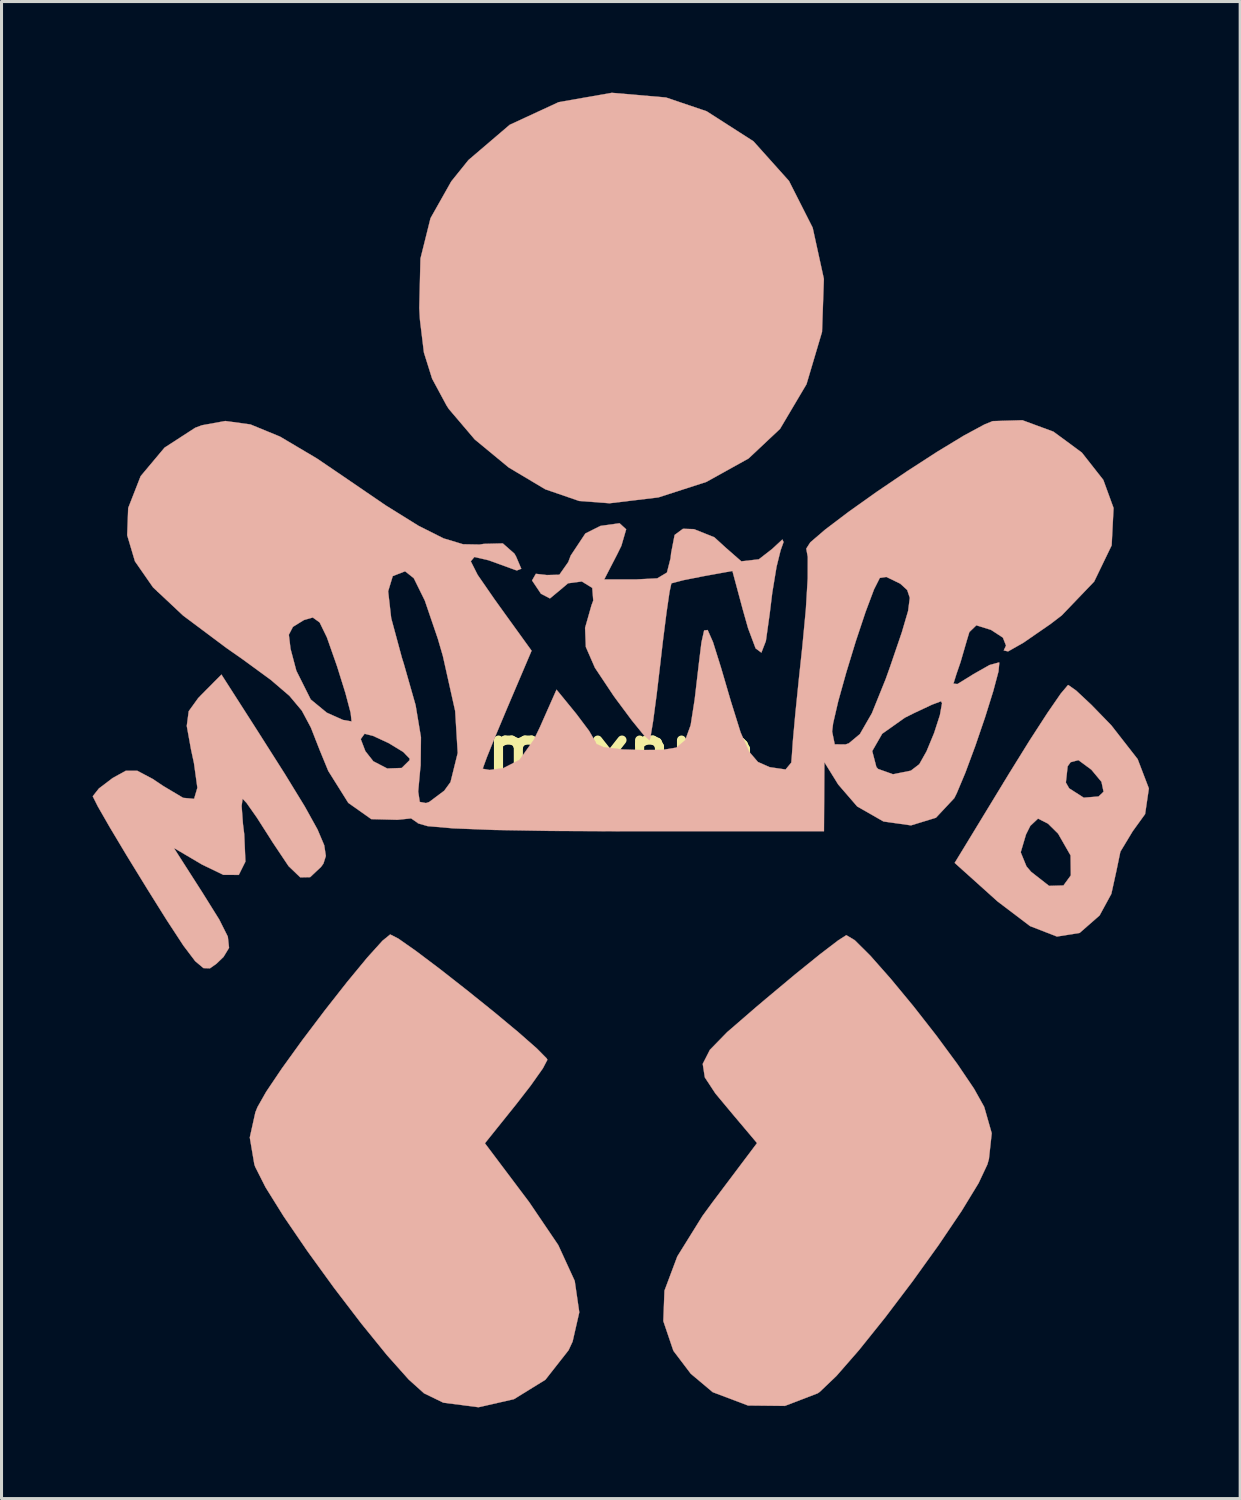
<source format=kicad_pcb>
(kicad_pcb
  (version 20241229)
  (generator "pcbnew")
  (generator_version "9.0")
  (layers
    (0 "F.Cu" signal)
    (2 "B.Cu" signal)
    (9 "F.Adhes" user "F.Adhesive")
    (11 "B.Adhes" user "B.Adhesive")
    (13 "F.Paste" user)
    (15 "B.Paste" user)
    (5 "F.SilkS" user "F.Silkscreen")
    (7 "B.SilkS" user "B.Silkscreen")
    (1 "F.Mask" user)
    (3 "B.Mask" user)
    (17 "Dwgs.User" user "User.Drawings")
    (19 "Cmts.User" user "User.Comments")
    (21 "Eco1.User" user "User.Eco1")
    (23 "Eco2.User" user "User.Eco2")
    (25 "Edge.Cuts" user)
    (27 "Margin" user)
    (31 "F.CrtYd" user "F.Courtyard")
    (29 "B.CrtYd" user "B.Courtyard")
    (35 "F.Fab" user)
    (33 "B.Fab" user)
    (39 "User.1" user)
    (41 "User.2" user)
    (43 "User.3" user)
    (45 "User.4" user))
  (footprint "muxnub"
    (layer "F.Cu")
    (at 17.384 21.634)
    (property "Reference" "muxnub" (at 0 0 0) (layer "F.SilkS") (effects (font (size 1.524 1.524) (thickness 0.3))))
    (attr through_hole)
    (fp_poly (pts (xy 1.485 -21.475) (xy 2.822 -21.022) (xy 4.363 -20.034) (xy 5.533 -18.728) (xy 6.312 -17.19) (xy 6.681 -15.505) (xy 6.62 -13.76) (xy 6.109 -12.039) (xy 5.238 -10.569) (xy 4.202 -9.595) (xy 2.814 -8.824) (xy 1.235 -8.314) (xy -0.373 -8.121) (xy -1.374 -8.197) (xy -2.487 -8.58) (xy -3.691 -9.298) (xy -4.81 -10.222) (xy -5.664 -11.226) (xy -5.736 -11.337) (xy -6.212 -12.221) (xy -6.482 -13.081) (xy -6.613 -14.16) (xy -6.635 -14.546) (xy -6.596 -16.174) (xy -6.265 -17.503) (xy -5.581 -18.715) (xy -5.016 -19.417) (xy -3.658 -20.577) (xy -2.048 -21.322) (xy -0.297 -21.629) (xy 1.485 -21.475)) (stroke (width 0.01) (type solid)) (fill yes) (layer "B.SilkS"))
    (fp_poly (pts (xy -7.324 6.207) (xy -6.749 6.61) (xy -5.966 7.2) (xy -5.076 7.897) (xy -4.178 8.619) (xy -3.373 9.289) (xy -2.762 9.826) (xy -2.443 10.149) (xy -2.419 10.195) (xy -2.567 10.477) (xy -2.965 11.04) (xy -3.441 11.654) (xy -4.475 12.943) (xy -3.016 14.883) (xy -2.061 16.293) (xy -1.519 17.473) (xy -1.369 18.505) (xy -1.589 19.469) (xy -1.722 19.754) (xy -2.485 20.726) (xy -3.52 21.365) (xy -4.686 21.63) (xy -5.844 21.48) (xy -6.48 21.171) (xy -6.984 20.717) (xy -7.697 19.917) (xy -8.542 18.876) (xy -9.442 17.699) (xy -10.319 16.489) (xy -11.095 15.353) (xy -11.693 14.394) (xy -12.035 13.718) (xy -12.063 13.637) (xy -12.213 12.753) (xy -12.029 11.923) (xy -11.959 11.751) (xy -11.674 11.248) (xy -11.159 10.483) (xy -10.491 9.557) (xy -9.747 8.573) (xy -9.007 7.631) (xy -8.347 6.832) (xy -7.846 6.277) (xy -7.592 6.07) (xy -7.324 6.207)) (stroke (width 0.01) (type solid)) (fill yes) (layer "B.SilkS"))
    (fp_poly (pts (xy 7.695 6.258) (xy 8.205 6.764) (xy 8.873 7.519) (xy 9.625 8.428) (xy 10.384 9.399) (xy 11.075 10.336) (xy 11.623 11.147) (xy 11.953 11.737) (xy 11.959 11.751) (xy 12.205 12.612) (xy 12.113 13.458) (xy 12.063 13.637) (xy 11.773 14.254) (xy 11.214 15.171) (xy 10.463 16.284) (xy 9.598 17.488) (xy 8.696 18.679) (xy 7.836 19.751) (xy 7.095 20.6) (xy 6.549 21.121) (xy 6.48 21.171) (xy 5.397 21.586) (xy 4.183 21.573) (xy 3.024 21.135) (xy 3.021 21.133) (xy 2.301 20.528) (xy 1.737 19.784) (xy 1.722 19.754) (xy 1.397 18.795) (xy 1.435 17.793) (xy 1.857 16.667) (xy 2.685 15.335) (xy 3.019 14.879) (xy 4.481 12.936) (xy 3.705 12.016) (xy 3.11 11.302) (xy 2.763 10.774) (xy 2.694 10.33) (xy 2.93 9.867) (xy 3.5 9.283) (xy 4.433 8.476) (xy 4.778 8.184) (xy 5.736 7.383) (xy 6.558 6.719) (xy 7.152 6.265) (xy 7.419 6.094) (xy 7.695 6.258)) (stroke (width 0.01) (type solid)) (fill yes) (layer "B.SilkS"))
    (fp_poly (pts (xy 14.982 -1.958) (xy 15.489 -1.483) (xy 16.136 -0.817) (xy 16.139 -0.814) (xy 17.008 0.3) (xy 17.377 1.265) (xy 17.253 2.108) (xy 16.844 2.674) (xy 16.439 3.346) (xy 16.309 3.974) (xy 16.142 4.734) (xy 15.755 5.445) (xy 15.098 6.02) (xy 14.352 6.139) (xy 13.467 5.795) (xy 12.394 4.981) (xy 12.34 4.932) (xy 10.986 3.715) (xy 11.199 3.366) (xy 13.159 3.366) (xy 13.348 3.829) (xy 13.501 4.009) (xy 14.093 4.472) (xy 14.566 4.458) (xy 14.809 4.125) (xy 14.8 3.469) (xy 14.389 2.751) (xy 14.058 2.424) (xy 13.729 2.257) (xy 13.474 2.497) (xy 13.333 2.779) (xy 13.159 3.366) (xy 11.199 3.366) (xy 12.596 1.071) (xy 14.645 1.071) (xy 14.753 1.261) (xy 15.234 1.569) (xy 15.721 1.529) (xy 15.886 1.373) (xy 15.817 1.047) (xy 15.485 0.648) (xy 15.059 0.333) (xy 14.802 0.401) (xy 14.704 0.536) (xy 14.645 1.071) (xy 12.596 1.071) (xy 12.768 0.788) (xy 13.45 -0.311) (xy 14.04 -1.222) (xy 14.479 -1.858) (xy 14.712 -2.134) (xy 14.725 -2.139) (xy 14.982 -1.958)) (stroke (width 0.01) (type solid)) (fill yes) (layer "B.SilkS"))
    (fp_poly (pts (xy -11.966 -0.64) (xy -11.052 0.799) (xy -10.402 1.861) (xy -9.983 2.617) (xy -9.763 3.136) (xy -9.71 3.487) (xy -9.79 3.739) (xy -9.869 3.848) (xy -10.226 4.184) (xy -10.552 4.191) (xy -10.937 3.822) (xy -11.468 3.028) (xy -11.522 2.941) (xy -11.978 2.227) (xy -12.319 1.742) (xy -12.45 1.604) (xy -12.482 1.84) (xy -12.438 2.436) (xy -12.396 2.772) (xy -12.357 3.672) (xy -12.575 4.11) (xy -13.082 4.109) (xy -13.782 3.771) (xy -14.713 3.222) (xy -13.773 4.691) (xy -13.22 5.577) (xy -12.936 6.142) (xy -12.896 6.511) (xy -13.077 6.809) (xy -13.311 7.034) (xy -13.525 7.185) (xy -13.739 7.177) (xy -14.011 6.948) (xy -14.399 6.435) (xy -14.959 5.578) (xy -15.584 4.579) (xy -16.262 3.476) (xy -16.822 2.54) (xy -17.212 1.861) (xy -17.377 1.532) (xy -17.379 1.52) (xy -17.18 1.267) (xy -16.726 0.922) (xy -16.292 0.682) (xy -15.918 0.682) (xy -15.408 0.952) (xy -15.055 1.188) (xy -14.407 1.574) (xy -14.046 1.607) (xy -13.938 1.242) (xy -14.05 0.433) (xy -14.148 -0.023) (xy -14.287 -0.792) (xy -14.223 -1.277) (xy -13.912 -1.708) (xy -13.781 -1.843) (xy -13.146 -2.483) (xy -11.966 -0.64)) (stroke (width 0.01) (type solid)) (fill yes) (layer "B.SilkS"))
    (fp_poly (pts (xy 0.174 -7.264) (xy 0.016 -6.721) (xy -0.121 -6.442) (xy -0.548 -5.615) (xy 0.511 -5.615) (xy 1.197 -5.65) (xy 1.516 -5.84) (xy 1.636 -6.313) (xy 1.654 -6.484) (xy 1.769 -7.078) (xy 2.044 -7.281) (xy 2.406 -7.269) (xy 3.075 -7.002) (xy 3.442 -6.667) (xy 3.964 -6.21) (xy 4.54 -6.276) (xy 4.979 -6.617) (xy 5.315 -6.929) (xy 5.354 -6.845) (xy 5.257 -6.573) (xy 5.123 -6.031) (xy 4.982 -5.175) (xy 4.898 -4.487) (xy 4.772 -3.587) (xy 4.624 -3.205) (xy 4.435 -3.344) (xy 4.187 -4.006) (xy 4.014 -4.617) (xy 3.671 -5.893) (xy 2.704 -5.718) (xy 2.054 -5.589) (xy 1.684 -5.492) (xy 1.661 -5.481) (xy 1.601 -5.205) (xy 1.501 -4.518) (xy 1.377 -3.539) (xy 1.305 -2.909) (xy 1.176 -1.816) (xy 1.06 -0.946) (xy 0.973 -0.42) (xy 0.944 -0.321) (xy 0.763 -0.48) (xy 0.36 -0.976) (xy -0.182 -1.705) (xy -0.244 -1.791) (xy -0.854 -2.707) (xy -1.153 -3.392) (xy -1.178 -4.021) (xy -0.966 -4.767) (xy -0.909 -4.919) (xy -0.942 -5.336) (xy -1.286 -5.547) (xy -1.74 -5.487) (xy -2 -5.266) (xy -2.335 -4.989) (xy -2.63 -5.143) (xy -2.923 -5.58) (xy -2.798 -5.799) (xy -2.436 -5.758) (xy -2.025 -5.768) (xy -1.732 -6.185) (xy -1.651 -6.399) (xy -1.169 -7.126) (xy -0.673 -7.375) (xy -0.044 -7.463) (xy 0.174 -7.264)) (stroke (width 0.01) (type solid)) (fill yes) (layer "B.SilkS"))
    (fp_poly (pts (xy 14.237 -10.477) (xy 15.17 -9.79) (xy 15.878 -8.889) (xy 16.215 -7.964) (xy 16.152 -6.735) (xy 15.576 -5.543) (xy 14.509 -4.43) (xy 14.142 -4.149) (xy 13.249 -3.532) (xy 12.743 -3.245) (xy 12.601 -3.278) (xy 12.676 -3.437) (xy 12.573 -3.699) (xy 12.182 -3.954) (xy 11.699 -4.104) (xy 11.469 -3.882) (xy 11.389 -3.617) (xy 11.18 -2.897) (xy 11.043 -2.499) (xy 10.945 -2.185) (xy 11.076 -2.171) (xy 11.539 -2.456) (xy 11.6 -2.495) (xy 12.133 -2.797) (xy 12.443 -2.882) (xy 12.455 -2.874) (xy 12.428 -2.587) (xy 12.256 -1.941) (xy 11.986 -1.077) (xy 11.664 -0.134) (xy 11.338 0.745) (xy 11.054 1.422) (xy 10.973 1.584) (xy 10.369 2.229) (xy 9.549 2.48) (xy 8.643 2.352) (xy 7.778 1.858) (xy 7.153 1.135) (xy 6.698 0.401) (xy 6.691 1.537) (xy 6.684 2.674) (xy 0 2.674) (xy -2.325 2.663) (xy -4.169 2.631) (xy -5.518 2.578) (xy -6.36 2.505) (xy -6.681 2.412) (xy -6.684 2.401) (xy -6.904 2.25) (xy -7.355 2.297) (xy -8.215 2.274) (xy -8.971 1.74) (xy -9.63 0.689) (xy -9.918 -0.012) (xy -10.054 -0.36) (xy -8.562 -0.36) (xy -8.409 0.039) (xy -8.147 0.371) (xy -7.689 0.608) (xy -7.214 0.591) (xy -6.957 0.338) (xy -6.952 0.282) (xy -7.162 0.065) (xy -7.639 -0.226) (xy -8.156 -0.465) (xy -8.435 -0.535) (xy -8.562 -0.36) (xy -10.054 -0.36) (xy -10.203 -0.74) (xy -10.5 -1.296) (xy -10.908 -1.783) (xy -11.522 -2.309) (xy -12.44 -2.98) (xy -12.978 -3.356) (xy -13.565 -3.795) (xy -10.928 -3.795) (xy -10.872 -3.33) (xy -10.681 -2.609) (xy -10.208 -1.664) (xy -9.68 -1.229) (xy -9.146 -0.99) (xy -8.864 -0.941) (xy -8.863 -0.942) (xy -8.893 -1.222) (xy -9.064 -1.87) (xy -9.338 -2.747) (xy -9.352 -2.788) (xy -9.674 -3.705) (xy -9.914 -4.199) (xy -10.139 -4.361) (xy -10.418 -4.282) (xy -10.449 -4.267) (xy -10.794 -4.053) (xy -10.928 -3.795) (xy -13.565 -3.795) (xy -14.408 -4.425) (xy -15.259 -5.224) (xy -7.66 -5.224) (xy -7.559 -4.339) (xy -7.205 -3.029) (xy -7.144 -2.837) (xy -6.756 -1.476) (xy -6.58 -0.42) (xy -6.59 0.506) (xy -6.602 0.607) (xy -6.671 1.365) (xy -6.619 1.708) (xy -6.415 1.746) (xy -6.311 1.712) (xy -5.814 1.34) (xy -5.607 1.056) (xy -5.37 0.098) (xy -5.454 -1.286) (xy -5.859 -3.097) (xy -6.024 -3.663) (xy -6.453 -4.92) (xy -6.816 -5.656) (xy -7.102 -5.882) (xy -7.508 -5.724) (xy -7.66 -5.224) (xy -15.259 -5.224) (xy -15.397 -5.353) (xy -15.993 -6.211) (xy -16.248 -7.069) (xy -16.215 -7.964) (xy -15.805 -9.013) (xy -15.019 -9.951) (xy -14.01 -10.605) (xy -13.789 -10.688) (xy -13.019 -10.828) (xy -12.192 -10.715) (xy -11.219 -10.315) (xy -10.006 -9.596) (xy -9.149 -9.014) (xy -7.734 -8.047) (xy -6.656 -7.377) (xy -5.836 -6.965) (xy -5.194 -6.772) (xy -4.65 -6.762) (xy -4.513 -6.784) (xy -3.886 -6.8) (xy -3.504 -6.463) (xy -3.45 -6.369) (xy -3.278 -5.965) (xy -3.424 -5.909) (xy -3.512 -5.939) (xy -4.35 -6.244) (xy -4.822 -6.353) (xy -4.94 -6.211) (xy -4.715 -5.765) (xy -4.16 -4.962) (xy -3.834 -4.508) (xy -2.939 -3.268) (xy -3.742 -1.381) (xy -4.124 -0.47) (xy -4.408 0.231) (xy -4.541 0.596) (xy -4.545 0.617) (xy -4.321 0.657) (xy -3.875 0.6) (xy -3.337 0.325) (xy -2.864 -0.337) (xy -2.662 -0.758) (xy -2.118 -1.987) (xy -1.47 -1.194) (xy -1.048 -0.633) (xy -0.823 -0.246) (xy -0.812 -0.201) (xy -0.564 -0.09) (xy 0.063 -0.018) (xy 0.663 0) (xy 1.364 -0.004) (xy 1.827 -0.08) (xy 2.117 -0.321) (xy 2.297 -0.82) (xy 2.43 -1.671) (xy 2.562 -2.807) (xy 2.652 -3.543) (xy 2.74 -3.935) (xy 2.856 -3.95) (xy 3.032 -3.551) (xy 3.298 -2.703) (xy 3.616 -1.617) (xy 3.94 -0.58) (xy 4.216 0.051) (xy 4.511 0.394) (xy 4.896 0.564) (xy 4.905 0.566) (xy 5.421 0.641) (xy 5.608 0.415) (xy 5.628 0.177) (xy 5.638 0.035) (xy 8.272 0.035) (xy 8.409 0.56) (xy 8.467 0.624) (xy 8.956 0.798) (xy 9.543 0.68) (xy 9.821 0.468) (xy 10.06 0.043) (xy 10.309 -0.559) (xy 10.5 -1.15) (xy 10.57 -1.542) (xy 10.536 -1.604) (xy 10.24 -1.493) (xy 9.646 -1.214) (xy 9.347 -1.064) (xy 8.6 -0.535) (xy 8.272 0.035) (xy 5.638 0.035) (xy 5.662 -0.315) (xy 5.689 -0.609) (xy 6.952 -0.609) (xy 7.038 -0.187) (xy 7.393 -0.183) (xy 7.504 -0.222) (xy 7.867 -0.525) (xy 8.261 -1.21) (xy 8.717 -2.339) (xy 8.87 -2.769) (xy 9.246 -3.871) (xy 9.454 -4.58) (xy 9.509 -5.008) (xy 9.423 -5.266) (xy 9.208 -5.463) (xy 9.186 -5.479) (xy 8.739 -5.696) (xy 8.522 -5.664) (xy 8.331 -5.286) (xy 8.052 -4.542) (xy 7.731 -3.579) (xy 7.416 -2.547) (xy 7.151 -1.597) (xy 6.985 -0.879) (xy 6.952 -0.609) (xy 5.689 -0.609) (xy 5.743 -1.205) (xy 5.86 -2.356) (xy 5.973 -3.411) (xy 6.088 -4.629) (xy 6.149 -5.649) (xy 6.151 -6.355) (xy 6.101 -6.626) (xy 6.234 -6.834) (xy 6.728 -7.258) (xy 7.488 -7.834) (xy 8.419 -8.496) (xy 9.428 -9.18) (xy 10.419 -9.821) (xy 11.298 -10.354) (xy 11.97 -10.716) (xy 12.236 -10.824) (xy 13.214 -10.854) (xy 14.237 -10.477)) (stroke (width 0.01) (type solid)) (fill yes) (layer "B.SilkS")))
  (gr_rect
    (start -3 -3)
    (end 37.766 46.27)
    (stroke (width 0.1) (type default))
    (fill no)
    (layer "Edge.Cuts")))
</source>
